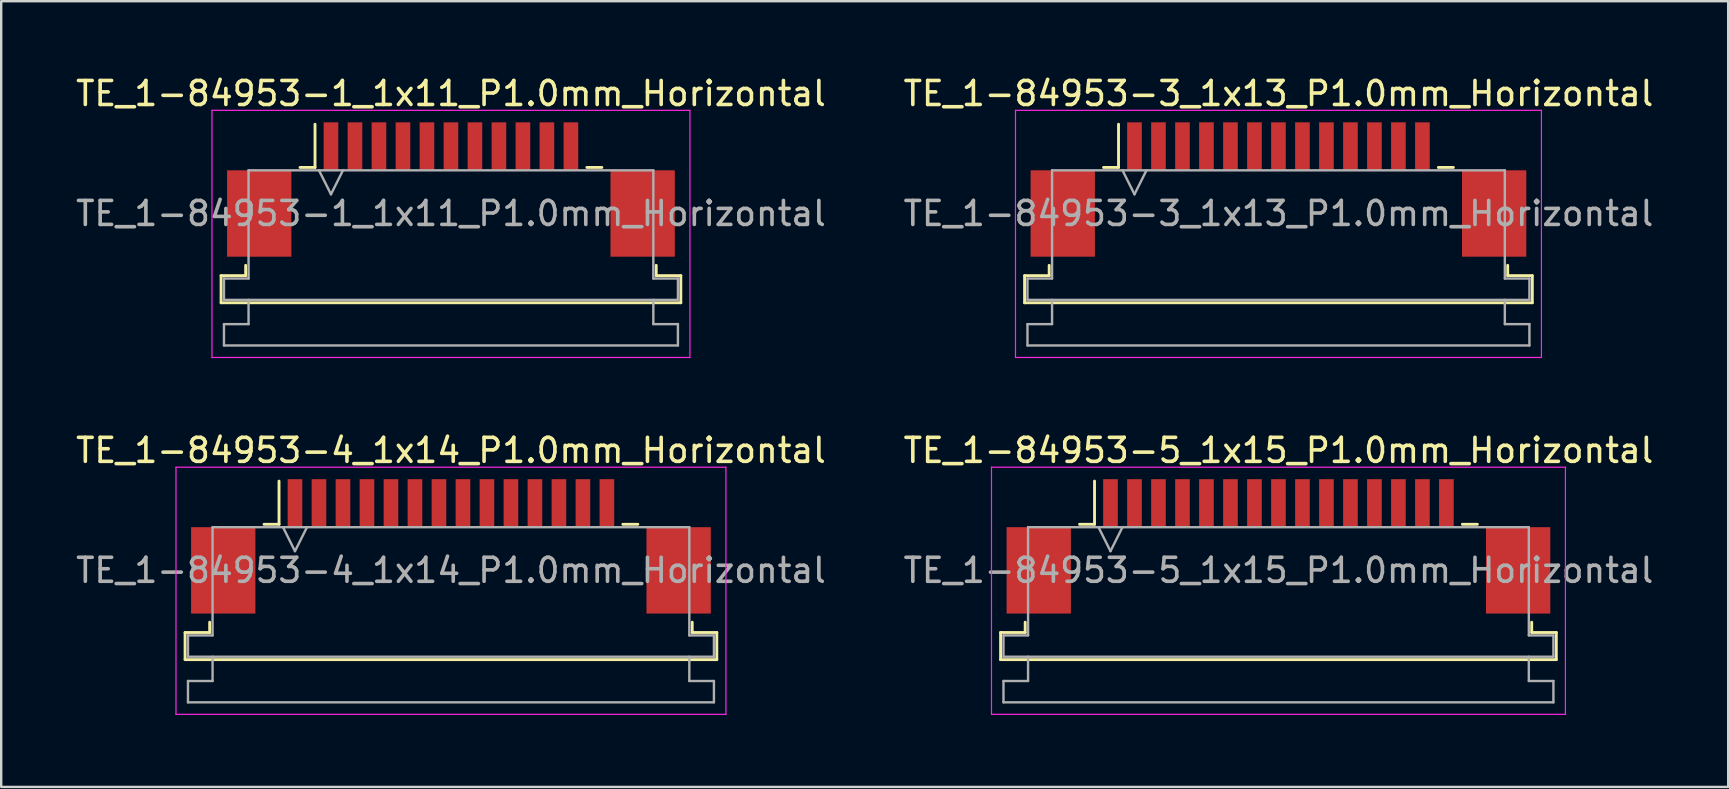
<source format=kicad_pcb>
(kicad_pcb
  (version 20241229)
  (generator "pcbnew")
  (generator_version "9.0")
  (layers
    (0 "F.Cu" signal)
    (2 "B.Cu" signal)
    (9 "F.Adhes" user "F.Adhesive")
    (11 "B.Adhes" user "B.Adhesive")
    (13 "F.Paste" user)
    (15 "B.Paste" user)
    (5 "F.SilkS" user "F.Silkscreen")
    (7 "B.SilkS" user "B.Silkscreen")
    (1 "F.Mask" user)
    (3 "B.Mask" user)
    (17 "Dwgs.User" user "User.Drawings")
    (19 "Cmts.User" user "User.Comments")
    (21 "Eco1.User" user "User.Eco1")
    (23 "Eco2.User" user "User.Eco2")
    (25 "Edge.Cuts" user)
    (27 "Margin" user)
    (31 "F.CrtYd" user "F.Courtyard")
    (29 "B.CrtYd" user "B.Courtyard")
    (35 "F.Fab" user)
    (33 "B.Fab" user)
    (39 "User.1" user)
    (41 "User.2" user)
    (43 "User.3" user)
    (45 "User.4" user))
  (footprint "TE_1-84953-3_1x13_P1.0mm_Horizontal"
    (layer "F.Cu")
    (at 50.232 4.848)
    (property "Reference" "TE_1-84953-3_1x13_P1.0mm_Horizontal" (at 0 -4 0) (layer "F.SilkS") (effects (font (size 1 1) (thickness 0.15))))
    (attr smd)
    (fp_line (start -10.58 3.59) (end -9.555 3.59) (stroke (width 0.12) (type solid)) (layer "F.SilkS"))
    (fp_line (start -10.58 4.72) (end -10.58 3.59) (stroke (width 0.12) (type solid)) (layer "F.SilkS"))
    (fp_line (start -9.555 3.59) (end -9.555 3.16) (stroke (width 0.12) (type solid)) (layer "F.SilkS"))
    (fp_line (start -7.29 -0.92) (end -6.665 -0.92) (stroke (width 0.12) (type solid)) (layer "F.SilkS"))
    (fp_line (start -6.665 -0.92) (end -6.665 -2.72) (stroke (width 0.12) (type solid)) (layer "F.SilkS"))
    (fp_line (start 6.665 -0.92) (end 7.29 -0.92) (stroke (width 0.12) (type solid)) (layer "F.SilkS"))
    (fp_line (start 9.555 3.16) (end 9.555 3.59) (stroke (width 0.12) (type solid)) (layer "F.SilkS"))
    (fp_line (start 9.555 3.59) (end 10.58 3.59) (stroke (width 0.12) (type solid)) (layer "F.SilkS"))
    (fp_line (start 10.58 3.59) (end 10.58 4.72) (stroke (width 0.12) (type solid)) (layer "F.SilkS"))
    (fp_line (start 10.58 4.72) (end -10.58 4.72) (stroke (width 0.12) (type solid)) (layer "F.SilkS"))
    (fp_line (start -10.96 -3.3) (end -10.96 7) (stroke (width 0.05) (type solid)) (layer "F.CrtYd"))
    (fp_line (start -10.96 7) (end 10.96 7) (stroke (width 0.05) (type solid)) (layer "F.CrtYd"))
    (fp_line (start 10.96 -3.3) (end -10.96 -3.3) (stroke (width 0.05) (type solid)) (layer "F.CrtYd"))
    (fp_line (start 10.96 7) (end 10.96 -3.3) (stroke (width 0.05) (type solid)) (layer "F.CrtYd"))
    (fp_line (start -10.46 3.71) (end -9.435 3.71) (stroke (width 0.1) (type solid)) (layer "F.Fab"))
    (fp_line (start -10.46 4.6) (end -10.46 3.71) (stroke (width 0.1) (type solid)) (layer "F.Fab"))
    (fp_line (start -10.46 5.61) (end -9.435 5.61) (stroke (width 0.1) (type solid)) (layer "F.Fab"))
    (fp_line (start -10.46 6.5) (end -10.46 5.61) (stroke (width 0.1) (type solid)) (layer "F.Fab"))
    (fp_line (start -9.435 -0.8) (end 9.435 -0.8) (stroke (width 0.1) (type solid)) (layer "F.Fab"))
    (fp_line (start -9.435 3.71) (end -9.435 -0.8) (stroke (width 0.1) (type solid)) (layer "F.Fab"))
    (fp_line (start -9.435 5.61) (end -9.435 4.6) (stroke (width 0.1) (type solid)) (layer "F.Fab"))
    (fp_line (start -6.5 -0.8) (end -6 0.2) (stroke (width 0.1) (type solid)) (layer "F.Fab"))
    (fp_line (start -6 0.2) (end -5.5 -0.8) (stroke (width 0.1) (type solid)) (layer "F.Fab"))
    (fp_line (start 9.435 -0.8) (end 9.435 3.71) (stroke (width 0.1) (type solid)) (layer "F.Fab"))
    (fp_line (start 9.435 3.71) (end 10.46 3.71) (stroke (width 0.1) (type solid)) (layer "F.Fab"))
    (fp_line (start 9.435 4.6) (end 9.435 5.61) (stroke (width 0.1) (type solid)) (layer "F.Fab"))
    (fp_line (start 9.435 5.61) (end 10.46 5.61) (stroke (width 0.1) (type solid)) (layer "F.Fab"))
    (fp_line (start 10.46 3.71) (end 10.46 4.6) (stroke (width 0.1) (type solid)) (layer "F.Fab"))
    (fp_line (start 10.46 4.6) (end -10.46 4.6) (stroke (width 0.1) (type solid)) (layer "F.Fab"))
    (fp_line (start 10.46 5.61) (end 10.46 6.5) (stroke (width 0.1) (type solid)) (layer "F.Fab"))
    (fp_line (start 10.46 6.5) (end -10.46 6.5) (stroke (width 0.1) (type solid)) (layer "F.Fab"))
    (fp_text user "${REFERENCE}" (at 0 1 0) (layer "F.Fab") (effects (font (size 1 1) (thickness 0.15))))
    (pad "" smd rect (at -8.99 1) (size 2.68 3.6) (layers "F.Cu" "F.Mask" "F.Paste"))
    (pad "" smd rect (at 8.99 1) (size 2.68 3.6) (layers "F.Cu" "F.Mask" "F.Paste"))
    (pad "1" smd rect (at -6 -1.8) (size 0.61 2) (layers "F.Cu" "F.Mask" "F.Paste"))
    (pad "2" smd rect (at -5 -1.8) (size 0.61 2) (layers "F.Cu" "F.Mask" "F.Paste"))
    (pad "3" smd rect (at -4 -1.8) (size 0.61 2) (layers "F.Cu" "F.Mask" "F.Paste"))
    (pad "4" smd rect (at -3 -1.8) (size 0.61 2) (layers "F.Cu" "F.Mask" "F.Paste"))
    (pad "5" smd rect (at -2 -1.8) (size 0.61 2) (layers "F.Cu" "F.Mask" "F.Paste"))
    (pad "6" smd rect (at -1 -1.8) (size 0.61 2) (layers "F.Cu" "F.Mask" "F.Paste"))
    (pad "7" smd rect (at 0 -1.8) (size 0.61 2) (layers "F.Cu" "F.Mask" "F.Paste"))
    (pad "8" smd rect (at 1 -1.8) (size 0.61 2) (layers "F.Cu" "F.Mask" "F.Paste"))
    (pad "9" smd rect (at 2 -1.8) (size 0.61 2) (layers "F.Cu" "F.Mask" "F.Paste"))
    (pad "10" smd rect (at 3 -1.8) (size 0.61 2) (layers "F.Cu" "F.Mask" "F.Paste"))
    (pad "11" smd rect (at 4 -1.8) (size 0.61 2) (layers "F.Cu" "F.Mask" "F.Paste"))
    (pad "12" smd rect (at 5 -1.8) (size 0.61 2) (layers "F.Cu" "F.Mask" "F.Paste"))
    (pad "13" smd rect (at 6 -1.8) (size 0.61 2) (layers "F.Cu" "F.Mask" "F.Paste")))
  (footprint "TE_1-84953-4_1x14_P1.0mm_Horizontal"
    (layer "F.Cu")
    (at 15.744 19.721)
    (property "Reference" "TE_1-84953-4_1x14_P1.0mm_Horizontal" (at 0 -4 0) (layer "F.SilkS") (effects (font (size 1 1) (thickness 0.15))))
    (attr smd)
    (fp_line (start -11.08 3.59) (end -10.055 3.59) (stroke (width 0.12) (type solid)) (layer "F.SilkS"))
    (fp_line (start -11.08 4.72) (end -11.08 3.59) (stroke (width 0.12) (type solid)) (layer "F.SilkS"))
    (fp_line (start -10.055 3.59) (end -10.055 3.16) (stroke (width 0.12) (type solid)) (layer "F.SilkS"))
    (fp_line (start -7.79 -0.92) (end -7.165 -0.92) (stroke (width 0.12) (type solid)) (layer "F.SilkS"))
    (fp_line (start -7.165 -0.92) (end -7.165 -2.72) (stroke (width 0.12) (type solid)) (layer "F.SilkS"))
    (fp_line (start 7.165 -0.92) (end 7.79 -0.92) (stroke (width 0.12) (type solid)) (layer "F.SilkS"))
    (fp_line (start 10.055 3.16) (end 10.055 3.59) (stroke (width 0.12) (type solid)) (layer "F.SilkS"))
    (fp_line (start 10.055 3.59) (end 11.08 3.59) (stroke (width 0.12) (type solid)) (layer "F.SilkS"))
    (fp_line (start 11.08 3.59) (end 11.08 4.72) (stroke (width 0.12) (type solid)) (layer "F.SilkS"))
    (fp_line (start 11.08 4.72) (end -11.08 4.72) (stroke (width 0.12) (type solid)) (layer "F.SilkS"))
    (fp_line (start -11.46 -3.3) (end -11.46 7) (stroke (width 0.05) (type solid)) (layer "F.CrtYd"))
    (fp_line (start -11.46 7) (end 11.46 7) (stroke (width 0.05) (type solid)) (layer "F.CrtYd"))
    (fp_line (start 11.46 -3.3) (end -11.46 -3.3) (stroke (width 0.05) (type solid)) (layer "F.CrtYd"))
    (fp_line (start 11.46 7) (end 11.46 -3.3) (stroke (width 0.05) (type solid)) (layer "F.CrtYd"))
    (fp_line (start -10.96 3.71) (end -9.935 3.71) (stroke (width 0.1) (type solid)) (layer "F.Fab"))
    (fp_line (start -10.96 4.6) (end -10.96 3.71) (stroke (width 0.1) (type solid)) (layer "F.Fab"))
    (fp_line (start -10.96 5.61) (end -9.935 5.61) (stroke (width 0.1) (type solid)) (layer "F.Fab"))
    (fp_line (start -10.96 6.5) (end -10.96 5.61) (stroke (width 0.1) (type solid)) (layer "F.Fab"))
    (fp_line (start -9.935 -0.8) (end 9.935 -0.8) (stroke (width 0.1) (type solid)) (layer "F.Fab"))
    (fp_line (start -9.935 3.71) (end -9.935 -0.8) (stroke (width 0.1) (type solid)) (layer "F.Fab"))
    (fp_line (start -9.935 5.61) (end -9.935 4.6) (stroke (width 0.1) (type solid)) (layer "F.Fab"))
    (fp_line (start -7 -0.8) (end -6.5 0.2) (stroke (width 0.1) (type solid)) (layer "F.Fab"))
    (fp_line (start -6.5 0.2) (end -6 -0.8) (stroke (width 0.1) (type solid)) (layer "F.Fab"))
    (fp_line (start 9.935 -0.8) (end 9.935 3.71) (stroke (width 0.1) (type solid)) (layer "F.Fab"))
    (fp_line (start 9.935 3.71) (end 10.96 3.71) (stroke (width 0.1) (type solid)) (layer "F.Fab"))
    (fp_line (start 9.935 4.6) (end 9.935 5.61) (stroke (width 0.1) (type solid)) (layer "F.Fab"))
    (fp_line (start 9.935 5.61) (end 10.96 5.61) (stroke (width 0.1) (type solid)) (layer "F.Fab"))
    (fp_line (start 10.96 3.71) (end 10.96 4.6) (stroke (width 0.1) (type solid)) (layer "F.Fab"))
    (fp_line (start 10.96 4.6) (end -10.96 4.6) (stroke (width 0.1) (type solid)) (layer "F.Fab"))
    (fp_line (start 10.96 5.61) (end 10.96 6.5) (stroke (width 0.1) (type solid)) (layer "F.Fab"))
    (fp_line (start 10.96 6.5) (end -10.96 6.5) (stroke (width 0.1) (type solid)) (layer "F.Fab"))
    (fp_text user "${REFERENCE}" (at 0 1 0) (layer "F.Fab") (effects (font (size 1 1) (thickness 0.15))))
    (pad "" smd rect (at -9.49 1) (size 2.68 3.6) (layers "F.Cu" "F.Mask" "F.Paste"))
    (pad "" smd rect (at 9.49 1) (size 2.68 3.6) (layers "F.Cu" "F.Mask" "F.Paste"))
    (pad "1" smd rect (at -6.5 -1.8) (size 0.61 2) (layers "F.Cu" "F.Mask" "F.Paste"))
    (pad "2" smd rect (at -5.5 -1.8) (size 0.61 2) (layers "F.Cu" "F.Mask" "F.Paste"))
    (pad "3" smd rect (at -4.5 -1.8) (size 0.61 2) (layers "F.Cu" "F.Mask" "F.Paste"))
    (pad "4" smd rect (at -3.5 -1.8) (size 0.61 2) (layers "F.Cu" "F.Mask" "F.Paste"))
    (pad "5" smd rect (at -2.5 -1.8) (size 0.61 2) (layers "F.Cu" "F.Mask" "F.Paste"))
    (pad "6" smd rect (at -1.5 -1.8) (size 0.61 2) (layers "F.Cu" "F.Mask" "F.Paste"))
    (pad "7" smd rect (at -0.5 -1.8) (size 0.61 2) (layers "F.Cu" "F.Mask" "F.Paste"))
    (pad "8" smd rect (at 0.5 -1.8) (size 0.61 2) (layers "F.Cu" "F.Mask" "F.Paste"))
    (pad "9" smd rect (at 1.5 -1.8) (size 0.61 2) (layers "F.Cu" "F.Mask" "F.Paste"))
    (pad "10" smd rect (at 2.5 -1.8) (size 0.61 2) (layers "F.Cu" "F.Mask" "F.Paste"))
    (pad "11" smd rect (at 3.5 -1.8) (size 0.61 2) (layers "F.Cu" "F.Mask" "F.Paste"))
    (pad "12" smd rect (at 4.5 -1.8) (size 0.61 2) (layers "F.Cu" "F.Mask" "F.Paste"))
    (pad "13" smd rect (at 5.5 -1.8) (size 0.61 2) (layers "F.Cu" "F.Mask" "F.Paste"))
    (pad "14" smd rect (at 6.5 -1.8) (size 0.61 2) (layers "F.Cu" "F.Mask" "F.Paste")))
  (footprint "TE_1-84953-5_1x15_P1.0mm_Horizontal"
    (layer "F.Cu")
    (at 50.232 19.721)
    (property "Reference" "TE_1-84953-5_1x15_P1.0mm_Horizontal" (at 0 -4 0) (layer "F.SilkS") (effects (font (size 1 1) (thickness 0.15))))
    (attr smd)
    (fp_line (start -11.58 3.59) (end -10.555 3.59) (stroke (width 0.12) (type solid)) (layer "F.SilkS"))
    (fp_line (start -11.58 4.72) (end -11.58 3.59) (stroke (width 0.12) (type solid)) (layer "F.SilkS"))
    (fp_line (start -10.555 3.59) (end -10.555 3.16) (stroke (width 0.12) (type solid)) (layer "F.SilkS"))
    (fp_line (start -8.29 -0.92) (end -7.665 -0.92) (stroke (width 0.12) (type solid)) (layer "F.SilkS"))
    (fp_line (start -7.665 -0.92) (end -7.665 -2.72) (stroke (width 0.12) (type solid)) (layer "F.SilkS"))
    (fp_line (start 7.665 -0.92) (end 8.29 -0.92) (stroke (width 0.12) (type solid)) (layer "F.SilkS"))
    (fp_line (start 10.555 3.16) (end 10.555 3.59) (stroke (width 0.12) (type solid)) (layer "F.SilkS"))
    (fp_line (start 10.555 3.59) (end 11.58 3.59) (stroke (width 0.12) (type solid)) (layer "F.SilkS"))
    (fp_line (start 11.58 3.59) (end 11.58 4.72) (stroke (width 0.12) (type solid)) (layer "F.SilkS"))
    (fp_line (start 11.58 4.72) (end -11.58 4.72) (stroke (width 0.12) (type solid)) (layer "F.SilkS"))
    (fp_line (start -11.96 -3.3) (end -11.96 7) (stroke (width 0.05) (type solid)) (layer "F.CrtYd"))
    (fp_line (start -11.96 7) (end 11.96 7) (stroke (width 0.05) (type solid)) (layer "F.CrtYd"))
    (fp_line (start 11.96 -3.3) (end -11.96 -3.3) (stroke (width 0.05) (type solid)) (layer "F.CrtYd"))
    (fp_line (start 11.96 7) (end 11.96 -3.3) (stroke (width 0.05) (type solid)) (layer "F.CrtYd"))
    (fp_line (start -11.46 3.71) (end -10.435 3.71) (stroke (width 0.1) (type solid)) (layer "F.Fab"))
    (fp_line (start -11.46 4.6) (end -11.46 3.71) (stroke (width 0.1) (type solid)) (layer "F.Fab"))
    (fp_line (start -11.46 5.61) (end -10.435 5.61) (stroke (width 0.1) (type solid)) (layer "F.Fab"))
    (fp_line (start -11.46 6.5) (end -11.46 5.61) (stroke (width 0.1) (type solid)) (layer "F.Fab"))
    (fp_line (start -10.435 -0.8) (end 10.435 -0.8) (stroke (width 0.1) (type solid)) (layer "F.Fab"))
    (fp_line (start -10.435 3.71) (end -10.435 -0.8) (stroke (width 0.1) (type solid)) (layer "F.Fab"))
    (fp_line (start -10.435 5.61) (end -10.435 4.6) (stroke (width 0.1) (type solid)) (layer "F.Fab"))
    (fp_line (start -7.5 -0.8) (end -7 0.2) (stroke (width 0.1) (type solid)) (layer "F.Fab"))
    (fp_line (start -7 0.2) (end -6.5 -0.8) (stroke (width 0.1) (type solid)) (layer "F.Fab"))
    (fp_line (start 10.435 -0.8) (end 10.435 3.71) (stroke (width 0.1) (type solid)) (layer "F.Fab"))
    (fp_line (start 10.435 3.71) (end 11.46 3.71) (stroke (width 0.1) (type solid)) (layer "F.Fab"))
    (fp_line (start 10.435 4.6) (end 10.435 5.61) (stroke (width 0.1) (type solid)) (layer "F.Fab"))
    (fp_line (start 10.435 5.61) (end 11.46 5.61) (stroke (width 0.1) (type solid)) (layer "F.Fab"))
    (fp_line (start 11.46 3.71) (end 11.46 4.6) (stroke (width 0.1) (type solid)) (layer "F.Fab"))
    (fp_line (start 11.46 4.6) (end -11.46 4.6) (stroke (width 0.1) (type solid)) (layer "F.Fab"))
    (fp_line (start 11.46 5.61) (end 11.46 6.5) (stroke (width 0.1) (type solid)) (layer "F.Fab"))
    (fp_line (start 11.46 6.5) (end -11.46 6.5) (stroke (width 0.1) (type solid)) (layer "F.Fab"))
    (fp_text user "${REFERENCE}" (at 0 1 0) (layer "F.Fab") (effects (font (size 1 1) (thickness 0.15))))
    (pad "" smd rect (at -9.99 1) (size 2.68 3.6) (layers "F.Cu" "F.Mask" "F.Paste"))
    (pad "" smd rect (at 9.99 1) (size 2.68 3.6) (layers "F.Cu" "F.Mask" "F.Paste"))
    (pad "1" smd rect (at -7 -1.8) (size 0.61 2) (layers "F.Cu" "F.Mask" "F.Paste"))
    (pad "2" smd rect (at -6 -1.8) (size 0.61 2) (layers "F.Cu" "F.Mask" "F.Paste"))
    (pad "3" smd rect (at -5 -1.8) (size 0.61 2) (layers "F.Cu" "F.Mask" "F.Paste"))
    (pad "4" smd rect (at -4 -1.8) (size 0.61 2) (layers "F.Cu" "F.Mask" "F.Paste"))
    (pad "5" smd rect (at -3 -1.8) (size 0.61 2) (layers "F.Cu" "F.Mask" "F.Paste"))
    (pad "6" smd rect (at -2 -1.8) (size 0.61 2) (layers "F.Cu" "F.Mask" "F.Paste"))
    (pad "7" smd rect (at -1 -1.8) (size 0.61 2) (layers "F.Cu" "F.Mask" "F.Paste"))
    (pad "8" smd rect (at 0 -1.8) (size 0.61 2) (layers "F.Cu" "F.Mask" "F.Paste"))
    (pad "9" smd rect (at 1 -1.8) (size 0.61 2) (layers "F.Cu" "F.Mask" "F.Paste"))
    (pad "10" smd rect (at 2 -1.8) (size 0.61 2) (layers "F.Cu" "F.Mask" "F.Paste"))
    (pad "11" smd rect (at 3 -1.8) (size 0.61 2) (layers "F.Cu" "F.Mask" "F.Paste"))
    (pad "12" smd rect (at 4 -1.8) (size 0.61 2) (layers "F.Cu" "F.Mask" "F.Paste"))
    (pad "13" smd rect (at 5 -1.8) (size 0.61 2) (layers "F.Cu" "F.Mask" "F.Paste"))
    (pad "14" smd rect (at 6 -1.8) (size 0.61 2) (layers "F.Cu" "F.Mask" "F.Paste"))
    (pad "15" smd rect (at 7 -1.8) (size 0.61 2) (layers "F.Cu" "F.Mask" "F.Paste")))
  (footprint "TE_1-84953-1_1x11_P1.0mm_Horizontal"
    (layer "F.Cu")
    (at 15.744 4.848)
    (property "Reference" "TE_1-84953-1_1x11_P1.0mm_Horizontal" (at 0 -4 0) (layer "F.SilkS") (effects (font (size 1 1) (thickness 0.15))))
    (attr smd)
    (fp_line (start -9.58 3.59) (end -8.555 3.59) (stroke (width 0.12) (type solid)) (layer "F.SilkS"))
    (fp_line (start -9.58 4.72) (end -9.58 3.59) (stroke (width 0.12) (type solid)) (layer "F.SilkS"))
    (fp_line (start -8.555 3.59) (end -8.555 3.16) (stroke (width 0.12) (type solid)) (layer "F.SilkS"))
    (fp_line (start -6.29 -0.92) (end -5.665 -0.92) (stroke (width 0.12) (type solid)) (layer "F.SilkS"))
    (fp_line (start -5.665 -0.92) (end -5.665 -2.72) (stroke (width 0.12) (type solid)) (layer "F.SilkS"))
    (fp_line (start 5.665 -0.92) (end 6.29 -0.92) (stroke (width 0.12) (type solid)) (layer "F.SilkS"))
    (fp_line (start 8.555 3.16) (end 8.555 3.59) (stroke (width 0.12) (type solid)) (layer "F.SilkS"))
    (fp_line (start 8.555 3.59) (end 9.58 3.59) (stroke (width 0.12) (type solid)) (layer "F.SilkS"))
    (fp_line (start 9.58 3.59) (end 9.58 4.72) (stroke (width 0.12) (type solid)) (layer "F.SilkS"))
    (fp_line (start 9.58 4.72) (end -9.58 4.72) (stroke (width 0.12) (type solid)) (layer "F.SilkS"))
    (fp_line (start -9.96 -3.3) (end -9.96 7) (stroke (width 0.05) (type solid)) (layer "F.CrtYd"))
    (fp_line (start -9.96 7) (end 9.96 7) (stroke (width 0.05) (type solid)) (layer "F.CrtYd"))
    (fp_line (start 9.96 -3.3) (end -9.96 -3.3) (stroke (width 0.05) (type solid)) (layer "F.CrtYd"))
    (fp_line (start 9.96 7) (end 9.96 -3.3) (stroke (width 0.05) (type solid)) (layer "F.CrtYd"))
    (fp_line (start -9.46 3.71) (end -8.435 3.71) (stroke (width 0.1) (type solid)) (layer "F.Fab"))
    (fp_line (start -9.46 4.6) (end -9.46 3.71) (stroke (width 0.1) (type solid)) (layer "F.Fab"))
    (fp_line (start -9.46 5.61) (end -8.435 5.61) (stroke (width 0.1) (type solid)) (layer "F.Fab"))
    (fp_line (start -9.46 6.5) (end -9.46 5.61) (stroke (width 0.1) (type solid)) (layer "F.Fab"))
    (fp_line (start -8.435 -0.8) (end 8.435 -0.8) (stroke (width 0.1) (type solid)) (layer "F.Fab"))
    (fp_line (start -8.435 3.71) (end -8.435 -0.8) (stroke (width 0.1) (type solid)) (layer "F.Fab"))
    (fp_line (start -8.435 5.61) (end -8.435 4.6) (stroke (width 0.1) (type solid)) (layer "F.Fab"))
    (fp_line (start -5.5 -0.8) (end -5 0.2) (stroke (width 0.1) (type solid)) (layer "F.Fab"))
    (fp_line (start -5 0.2) (end -4.5 -0.8) (stroke (width 0.1) (type solid)) (layer "F.Fab"))
    (fp_line (start 8.435 -0.8) (end 8.435 3.71) (stroke (width 0.1) (type solid)) (layer "F.Fab"))
    (fp_line (start 8.435 3.71) (end 9.46 3.71) (stroke (width 0.1) (type solid)) (layer "F.Fab"))
    (fp_line (start 8.435 4.6) (end 8.435 5.61) (stroke (width 0.1) (type solid)) (layer "F.Fab"))
    (fp_line (start 8.435 5.61) (end 9.46 5.61) (stroke (width 0.1) (type solid)) (layer "F.Fab"))
    (fp_line (start 9.46 3.71) (end 9.46 4.6) (stroke (width 0.1) (type solid)) (layer "F.Fab"))
    (fp_line (start 9.46 4.6) (end -9.46 4.6) (stroke (width 0.1) (type solid)) (layer "F.Fab"))
    (fp_line (start 9.46 5.61) (end 9.46 6.5) (stroke (width 0.1) (type solid)) (layer "F.Fab"))
    (fp_line (start 9.46 6.5) (end -9.46 6.5) (stroke (width 0.1) (type solid)) (layer "F.Fab"))
    (fp_text user "${REFERENCE}" (at 0 1 0) (layer "F.Fab") (effects (font (size 1 1) (thickness 0.15))))
    (pad "" smd rect (at -7.99 1) (size 2.68 3.6) (layers "F.Cu" "F.Mask" "F.Paste"))
    (pad "" smd rect (at 7.99 1) (size 2.68 3.6) (layers "F.Cu" "F.Mask" "F.Paste"))
    (pad "1" smd rect (at -5 -1.8) (size 0.61 2) (layers "F.Cu" "F.Mask" "F.Paste"))
    (pad "2" smd rect (at -4 -1.8) (size 0.61 2) (layers "F.Cu" "F.Mask" "F.Paste"))
    (pad "3" smd rect (at -3 -1.8) (size 0.61 2) (layers "F.Cu" "F.Mask" "F.Paste"))
    (pad "4" smd rect (at -2 -1.8) (size 0.61 2) (layers "F.Cu" "F.Mask" "F.Paste"))
    (pad "5" smd rect (at -1 -1.8) (size 0.61 2) (layers "F.Cu" "F.Mask" "F.Paste"))
    (pad "6" smd rect (at 0 -1.8) (size 0.61 2) (layers "F.Cu" "F.Mask" "F.Paste"))
    (pad "7" smd rect (at 1 -1.8) (size 0.61 2) (layers "F.Cu" "F.Mask" "F.Paste"))
    (pad "8" smd rect (at 2 -1.8) (size 0.61 2) (layers "F.Cu" "F.Mask" "F.Paste"))
    (pad "9" smd rect (at 3 -1.8) (size 0.61 2) (layers "F.Cu" "F.Mask" "F.Paste"))
    (pad "10" smd rect (at 4 -1.8) (size 0.61 2) (layers "F.Cu" "F.Mask" "F.Paste"))
    (pad "11" smd rect (at 5 -1.8) (size 0.61 2) (layers "F.Cu" "F.Mask" "F.Paste")))
  (gr_rect
    (start -3 -3)
    (end 68.976 29.747)
    (stroke (width 0.1) (type default))
    (fill no)
    (layer "Edge.Cuts")))
</source>
